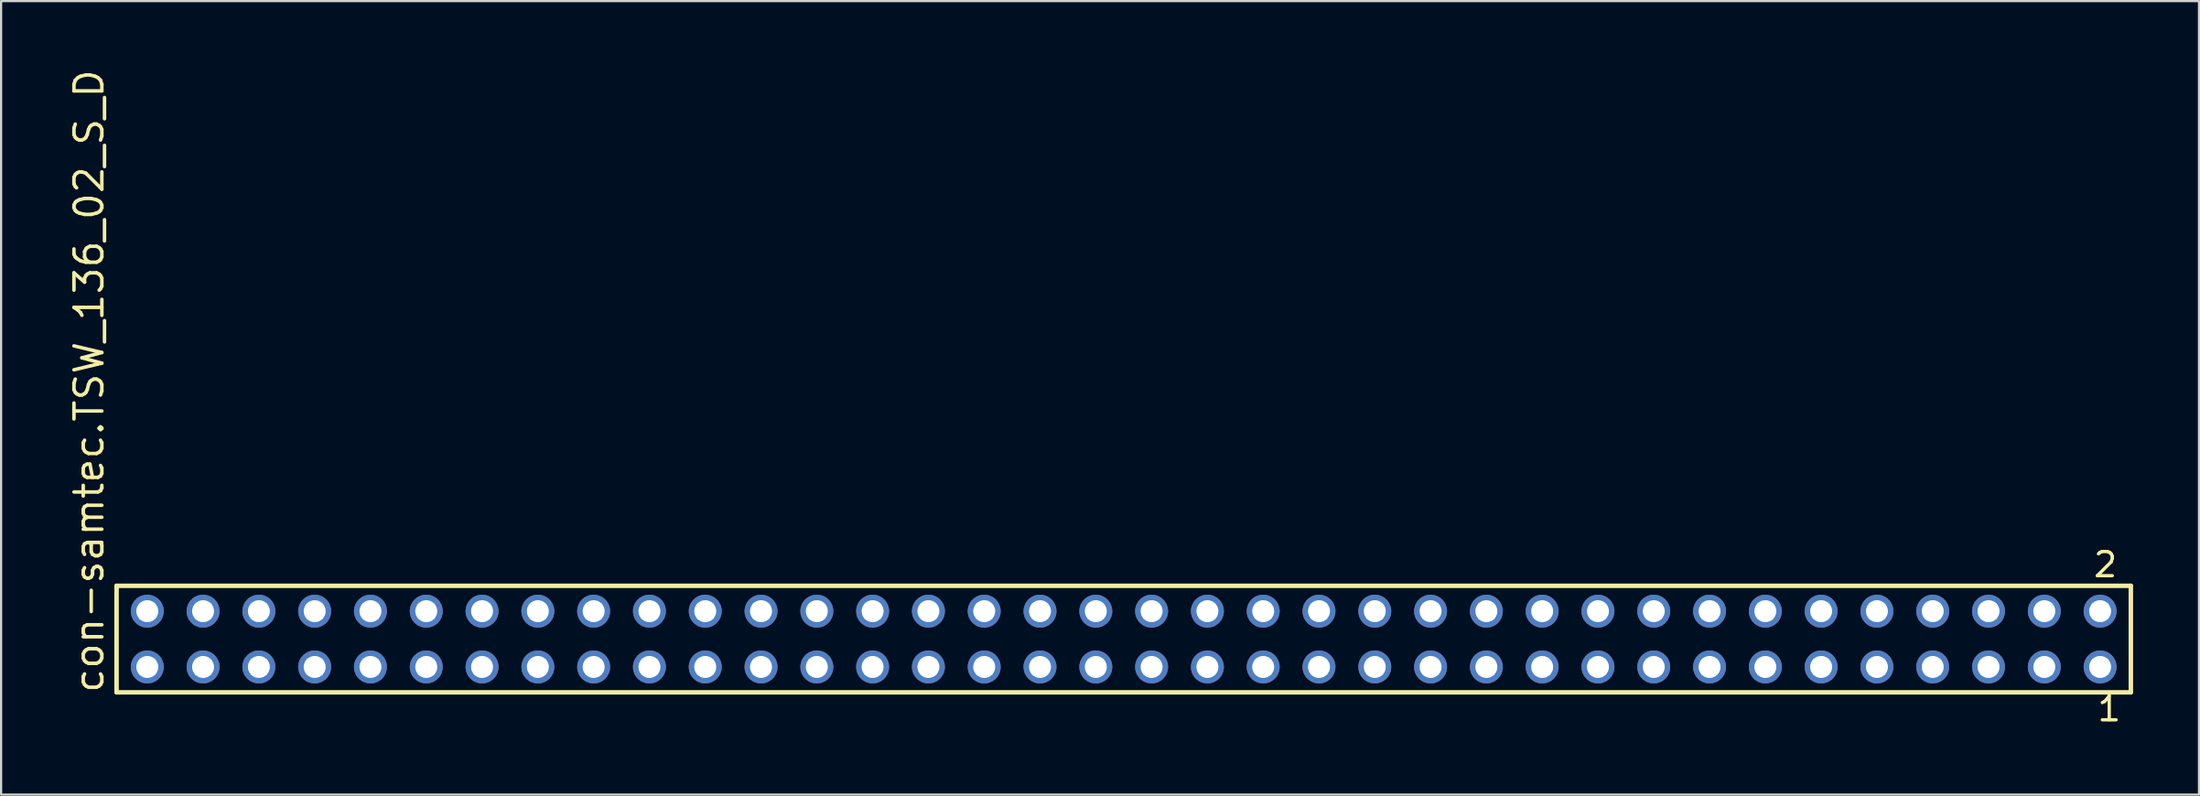
<source format=kicad_pcb>
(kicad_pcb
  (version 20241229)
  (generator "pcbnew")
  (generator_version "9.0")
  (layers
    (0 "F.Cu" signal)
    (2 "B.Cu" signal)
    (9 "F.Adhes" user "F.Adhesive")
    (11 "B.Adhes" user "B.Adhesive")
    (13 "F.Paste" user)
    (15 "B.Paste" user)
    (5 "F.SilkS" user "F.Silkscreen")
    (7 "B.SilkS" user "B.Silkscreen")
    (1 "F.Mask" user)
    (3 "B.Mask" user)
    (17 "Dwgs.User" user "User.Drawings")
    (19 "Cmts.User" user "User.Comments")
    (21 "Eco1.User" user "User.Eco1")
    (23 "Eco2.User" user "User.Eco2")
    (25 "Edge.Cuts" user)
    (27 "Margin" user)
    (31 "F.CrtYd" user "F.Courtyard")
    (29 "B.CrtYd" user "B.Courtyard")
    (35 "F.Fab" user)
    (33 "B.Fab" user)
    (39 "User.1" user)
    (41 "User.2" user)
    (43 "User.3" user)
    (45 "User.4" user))
  (footprint "con-samtec.TSW_136_02_S_D"
    (layer "F.Cu")
    (at 48.105 26.049)
    (property "Reference" "con-samtec.TSW_136_02_S_D" (at -46.355 2.54 90) (layer "F.SilkS") (effects (font (size 1.27 1.27) (thickness 0.16)) (justify left bottom)))
    (attr through_hole)
    (fp_line (start -45.849 -2.425) (end 45.849 -2.425) (stroke (width 0.203) (type default)) (layer "F.SilkS"))
    (fp_line (start -45.849 2.425) (end -45.849 -2.425) (stroke (width 0.203) (type default)) (layer "F.SilkS"))
    (fp_line (start 45.849 -2.425) (end 45.849 2.425) (stroke (width 0.203) (type default)) (layer "F.SilkS"))
    (fp_line (start 45.849 2.425) (end -45.849 2.425) (stroke (width 0.203) (type default)) (layer "F.SilkS"))
    (fp_rect (start -44.8 -0.92) (end -44.1 -1.62) (stroke (width 0.05) (type default)) (fill no) (layer "F.Fab"))
    (fp_rect (start -44.8 1.62) (end -44.1 0.92) (stroke (width 0.05) (type default)) (fill no) (layer "F.Fab"))
    (fp_rect (start -42.26 -0.92) (end -41.56 -1.62) (stroke (width 0.05) (type default)) (fill no) (layer "F.Fab"))
    (fp_rect (start -42.26 1.62) (end -41.56 0.92) (stroke (width 0.05) (type default)) (fill no) (layer "F.Fab"))
    (fp_rect (start -39.72 -0.92) (end -39.02 -1.62) (stroke (width 0.05) (type default)) (fill no) (layer "F.Fab"))
    (fp_rect (start -39.72 1.62) (end -39.02 0.92) (stroke (width 0.05) (type default)) (fill no) (layer "F.Fab"))
    (fp_rect (start -37.18 -0.92) (end -36.48 -1.62) (stroke (width 0.05) (type default)) (fill no) (layer "F.Fab"))
    (fp_rect (start -37.18 1.62) (end -36.48 0.92) (stroke (width 0.05) (type default)) (fill no) (layer "F.Fab"))
    (fp_rect (start -34.64 -0.92) (end -33.94 -1.62) (stroke (width 0.05) (type default)) (fill no) (layer "F.Fab"))
    (fp_rect (start -34.64 1.62) (end -33.94 0.92) (stroke (width 0.05) (type default)) (fill no) (layer "F.Fab"))
    (fp_rect (start -32.1 -0.92) (end -31.4 -1.62) (stroke (width 0.05) (type default)) (fill no) (layer "F.Fab"))
    (fp_rect (start -32.1 1.62) (end -31.4 0.92) (stroke (width 0.05) (type default)) (fill no) (layer "F.Fab"))
    (fp_rect (start -29.56 -0.92) (end -28.86 -1.62) (stroke (width 0.05) (type default)) (fill no) (layer "F.Fab"))
    (fp_rect (start -29.56 1.62) (end -28.86 0.92) (stroke (width 0.05) (type default)) (fill no) (layer "F.Fab"))
    (fp_rect (start -27.02 -0.92) (end -26.32 -1.62) (stroke (width 0.05) (type default)) (fill no) (layer "F.Fab"))
    (fp_rect (start -27.02 1.62) (end -26.32 0.92) (stroke (width 0.05) (type default)) (fill no) (layer "F.Fab"))
    (fp_rect (start -24.48 -0.92) (end -23.78 -1.62) (stroke (width 0.05) (type default)) (fill no) (layer "F.Fab"))
    (fp_rect (start -24.48 1.62) (end -23.78 0.92) (stroke (width 0.05) (type default)) (fill no) (layer "F.Fab"))
    (fp_rect (start -21.94 -0.92) (end -21.24 -1.62) (stroke (width 0.05) (type default)) (fill no) (layer "F.Fab"))
    (fp_rect (start -21.94 1.62) (end -21.24 0.92) (stroke (width 0.05) (type default)) (fill no) (layer "F.Fab"))
    (fp_rect (start -19.4 -0.92) (end -18.7 -1.62) (stroke (width 0.05) (type default)) (fill no) (layer "F.Fab"))
    (fp_rect (start -19.4 1.62) (end -18.7 0.92) (stroke (width 0.05) (type default)) (fill no) (layer "F.Fab"))
    (fp_rect (start -16.86 -0.92) (end -16.16 -1.62) (stroke (width 0.05) (type default)) (fill no) (layer "F.Fab"))
    (fp_rect (start -16.86 1.62) (end -16.16 0.92) (stroke (width 0.05) (type default)) (fill no) (layer "F.Fab"))
    (fp_rect (start -14.32 -0.92) (end -13.62 -1.62) (stroke (width 0.05) (type default)) (fill no) (layer "F.Fab"))
    (fp_rect (start -14.32 1.62) (end -13.62 0.92) (stroke (width 0.05) (type default)) (fill no) (layer "F.Fab"))
    (fp_rect (start -11.78 -0.92) (end -11.08 -1.62) (stroke (width 0.05) (type default)) (fill no) (layer "F.Fab"))
    (fp_rect (start -11.78 1.62) (end -11.08 0.92) (stroke (width 0.05) (type default)) (fill no) (layer "F.Fab"))
    (fp_rect (start -9.24 -0.92) (end -8.54 -1.62) (stroke (width 0.05) (type default)) (fill no) (layer "F.Fab"))
    (fp_rect (start -9.24 1.62) (end -8.54 0.92) (stroke (width 0.05) (type default)) (fill no) (layer "F.Fab"))
    (fp_rect (start -6.7 -0.92) (end -6 -1.62) (stroke (width 0.05) (type default)) (fill no) (layer "F.Fab"))
    (fp_rect (start -6.7 1.62) (end -6 0.92) (stroke (width 0.05) (type default)) (fill no) (layer "F.Fab"))
    (fp_rect (start -4.16 -0.92) (end -3.46 -1.62) (stroke (width 0.05) (type default)) (fill no) (layer "F.Fab"))
    (fp_rect (start -4.16 1.62) (end -3.46 0.92) (stroke (width 0.05) (type default)) (fill no) (layer "F.Fab"))
    (fp_rect (start -1.62 -0.92) (end -0.92 -1.62) (stroke (width 0.05) (type default)) (fill no) (layer "F.Fab"))
    (fp_rect (start -1.62 1.62) (end -0.92 0.92) (stroke (width 0.05) (type default)) (fill no) (layer "F.Fab"))
    (fp_rect (start 0.92 -0.92) (end 1.62 -1.62) (stroke (width 0.05) (type default)) (fill no) (layer "F.Fab"))
    (fp_rect (start 0.92 1.62) (end 1.62 0.92) (stroke (width 0.05) (type default)) (fill no) (layer "F.Fab"))
    (fp_rect (start 3.46 -0.92) (end 4.16 -1.62) (stroke (width 0.05) (type default)) (fill no) (layer "F.Fab"))
    (fp_rect (start 3.46 1.62) (end 4.16 0.92) (stroke (width 0.05) (type default)) (fill no) (layer "F.Fab"))
    (fp_rect (start 6 -0.92) (end 6.7 -1.62) (stroke (width 0.05) (type default)) (fill no) (layer "F.Fab"))
    (fp_rect (start 6 1.62) (end 6.7 0.92) (stroke (width 0.05) (type default)) (fill no) (layer "F.Fab"))
    (fp_rect (start 8.54 -0.92) (end 9.24 -1.62) (stroke (width 0.05) (type default)) (fill no) (layer "F.Fab"))
    (fp_rect (start 8.54 1.62) (end 9.24 0.92) (stroke (width 0.05) (type default)) (fill no) (layer "F.Fab"))
    (fp_rect (start 11.08 -0.92) (end 11.78 -1.62) (stroke (width 0.05) (type default)) (fill no) (layer "F.Fab"))
    (fp_rect (start 11.08 1.62) (end 11.78 0.92) (stroke (width 0.05) (type default)) (fill no) (layer "F.Fab"))
    (fp_rect (start 13.62 -0.92) (end 14.32 -1.62) (stroke (width 0.05) (type default)) (fill no) (layer "F.Fab"))
    (fp_rect (start 13.62 1.62) (end 14.32 0.92) (stroke (width 0.05) (type default)) (fill no) (layer "F.Fab"))
    (fp_rect (start 16.16 -0.92) (end 16.86 -1.62) (stroke (width 0.05) (type default)) (fill no) (layer "F.Fab"))
    (fp_rect (start 16.16 1.62) (end 16.86 0.92) (stroke (width 0.05) (type default)) (fill no) (layer "F.Fab"))
    (fp_rect (start 18.7 -0.92) (end 19.4 -1.62) (stroke (width 0.05) (type default)) (fill no) (layer "F.Fab"))
    (fp_rect (start 18.7 1.62) (end 19.4 0.92) (stroke (width 0.05) (type default)) (fill no) (layer "F.Fab"))
    (fp_rect (start 21.24 -0.92) (end 21.94 -1.62) (stroke (width 0.05) (type default)) (fill no) (layer "F.Fab"))
    (fp_rect (start 21.24 1.62) (end 21.94 0.92) (stroke (width 0.05) (type default)) (fill no) (layer "F.Fab"))
    (fp_rect (start 23.78 -0.92) (end 24.48 -1.62) (stroke (width 0.05) (type default)) (fill no) (layer "F.Fab"))
    (fp_rect (start 23.78 1.62) (end 24.48 0.92) (stroke (width 0.05) (type default)) (fill no) (layer "F.Fab"))
    (fp_rect (start 26.32 -0.92) (end 27.02 -1.62) (stroke (width 0.05) (type default)) (fill no) (layer "F.Fab"))
    (fp_rect (start 26.32 1.62) (end 27.02 0.92) (stroke (width 0.05) (type default)) (fill no) (layer "F.Fab"))
    (fp_rect (start 28.86 -0.92) (end 29.56 -1.62) (stroke (width 0.05) (type default)) (fill no) (layer "F.Fab"))
    (fp_rect (start 28.86 1.62) (end 29.56 0.92) (stroke (width 0.05) (type default)) (fill no) (layer "F.Fab"))
    (fp_rect (start 31.4 -0.92) (end 32.1 -1.62) (stroke (width 0.05) (type default)) (fill no) (layer "F.Fab"))
    (fp_rect (start 31.4 1.62) (end 32.1 0.92) (stroke (width 0.05) (type default)) (fill no) (layer "F.Fab"))
    (fp_rect (start 33.94 -0.92) (end 34.64 -1.62) (stroke (width 0.05) (type default)) (fill no) (layer "F.Fab"))
    (fp_rect (start 33.94 1.62) (end 34.64 0.92) (stroke (width 0.05) (type default)) (fill no) (layer "F.Fab"))
    (fp_rect (start 36.48 -0.92) (end 37.18 -1.62) (stroke (width 0.05) (type default)) (fill no) (layer "F.Fab"))
    (fp_rect (start 36.48 1.62) (end 37.18 0.92) (stroke (width 0.05) (type default)) (fill no) (layer "F.Fab"))
    (fp_rect (start 39.02 -0.92) (end 39.72 -1.62) (stroke (width 0.05) (type default)) (fill no) (layer "F.Fab"))
    (fp_rect (start 39.02 1.62) (end 39.72 0.92) (stroke (width 0.05) (type default)) (fill no) (layer "F.Fab"))
    (fp_rect (start 41.56 -0.92) (end 42.26 -1.62) (stroke (width 0.05) (type default)) (fill no) (layer "F.Fab"))
    (fp_rect (start 41.56 1.62) (end 42.26 0.92) (stroke (width 0.05) (type default)) (fill no) (layer "F.Fab"))
    (fp_rect (start 44.1 -0.92) (end 44.8 -1.62) (stroke (width 0.05) (type default)) (fill no) (layer "F.Fab"))
    (fp_rect (start 44.1 1.62) (end 44.8 0.92) (stroke (width 0.05) (type default)) (fill no) (layer "F.Fab"))
    (fp_text user "2" (at 44.067 -2.744 0) (layer "F.SilkS") (effects (font (size 1.1 1.1) (thickness 0.15)) (justify left bottom)))
    (fp_text user "1" (at 44.242 3.818 0) (layer "F.SilkS") (effects (font (size 1.1 1.1) (thickness 0.15)) (justify left bottom)))
    (pad "1" thru_hole circle (at 44.45 1.27 180) (size 1.5 1.5) (drill 1) (layers "*.Cu" "*.Mask"))
    (pad "2" thru_hole circle (at 44.45 -1.27 180) (size 1.5 1.5) (drill 1) (layers "*.Cu" "*.Mask"))
    (pad "3" thru_hole circle (at 41.91 1.27 180) (size 1.5 1.5) (drill 1) (layers "*.Cu" "*.Mask"))
    (pad "4" thru_hole circle (at 41.91 -1.27 180) (size 1.5 1.5) (drill 1) (layers "*.Cu" "*.Mask"))
    (pad "5" thru_hole circle (at 39.37 1.27 180) (size 1.5 1.5) (drill 1) (layers "*.Cu" "*.Mask"))
    (pad "6" thru_hole circle (at 39.37 -1.27 180) (size 1.5 1.5) (drill 1) (layers "*.Cu" "*.Mask"))
    (pad "7" thru_hole circle (at 36.83 1.27 180) (size 1.5 1.5) (drill 1) (layers "*.Cu" "*.Mask"))
    (pad "8" thru_hole circle (at 36.83 -1.27 180) (size 1.5 1.5) (drill 1) (layers "*.Cu" "*.Mask"))
    (pad "9" thru_hole circle (at 34.29 1.27 180) (size 1.5 1.5) (drill 1) (layers "*.Cu" "*.Mask"))
    (pad "10" thru_hole circle (at 34.29 -1.27 180) (size 1.5 1.5) (drill 1) (layers "*.Cu" "*.Mask"))
    (pad "11" thru_hole circle (at 31.75 1.27 180) (size 1.5 1.5) (drill 1) (layers "*.Cu" "*.Mask"))
    (pad "12" thru_hole circle (at 31.75 -1.27 180) (size 1.5 1.5) (drill 1) (layers "*.Cu" "*.Mask"))
    (pad "13" thru_hole circle (at 29.21 1.27 180) (size 1.5 1.5) (drill 1) (layers "*.Cu" "*.Mask"))
    (pad "14" thru_hole circle (at 29.21 -1.27 180) (size 1.5 1.5) (drill 1) (layers "*.Cu" "*.Mask"))
    (pad "15" thru_hole circle (at 26.67 1.27 180) (size 1.5 1.5) (drill 1) (layers "*.Cu" "*.Mask"))
    (pad "16" thru_hole circle (at 26.67 -1.27 180) (size 1.5 1.5) (drill 1) (layers "*.Cu" "*.Mask"))
    (pad "17" thru_hole circle (at 24.13 1.27 180) (size 1.5 1.5) (drill 1) (layers "*.Cu" "*.Mask"))
    (pad "18" thru_hole circle (at 24.13 -1.27 180) (size 1.5 1.5) (drill 1) (layers "*.Cu" "*.Mask"))
    (pad "19" thru_hole circle (at 21.59 1.27 180) (size 1.5 1.5) (drill 1) (layers "*.Cu" "*.Mask"))
    (pad "20" thru_hole circle (at 21.59 -1.27 180) (size 1.5 1.5) (drill 1) (layers "*.Cu" "*.Mask"))
    (pad "21" thru_hole circle (at 19.05 1.27 180) (size 1.5 1.5) (drill 1) (layers "*.Cu" "*.Mask"))
    (pad "22" thru_hole circle (at 19.05 -1.27 180) (size 1.5 1.5) (drill 1) (layers "*.Cu" "*.Mask"))
    (pad "23" thru_hole circle (at 16.51 1.27 180) (size 1.5 1.5) (drill 1) (layers "*.Cu" "*.Mask"))
    (pad "24" thru_hole circle (at 16.51 -1.27 180) (size 1.5 1.5) (drill 1) (layers "*.Cu" "*.Mask"))
    (pad "25" thru_hole circle (at 13.97 1.27 180) (size 1.5 1.5) (drill 1) (layers "*.Cu" "*.Mask"))
    (pad "26" thru_hole circle (at 13.97 -1.27 180) (size 1.5 1.5) (drill 1) (layers "*.Cu" "*.Mask"))
    (pad "27" thru_hole circle (at 11.43 1.27 180) (size 1.5 1.5) (drill 1) (layers "*.Cu" "*.Mask"))
    (pad "28" thru_hole circle (at 11.43 -1.27 180) (size 1.5 1.5) (drill 1) (layers "*.Cu" "*.Mask"))
    (pad "29" thru_hole circle (at 8.89 1.27 180) (size 1.5 1.5) (drill 1) (layers "*.Cu" "*.Mask"))
    (pad "30" thru_hole circle (at 8.89 -1.27 180) (size 1.5 1.5) (drill 1) (layers "*.Cu" "*.Mask"))
    (pad "31" thru_hole circle (at 6.35 1.27 180) (size 1.5 1.5) (drill 1) (layers "*.Cu" "*.Mask"))
    (pad "32" thru_hole circle (at 6.35 -1.27 180) (size 1.5 1.5) (drill 1) (layers "*.Cu" "*.Mask"))
    (pad "33" thru_hole circle (at 3.81 1.27 180) (size 1.5 1.5) (drill 1) (layers "*.Cu" "*.Mask"))
    (pad "34" thru_hole circle (at 3.81 -1.27 180) (size 1.5 1.5) (drill 1) (layers "*.Cu" "*.Mask"))
    (pad "35" thru_hole circle (at 1.27 1.27 180) (size 1.5 1.5) (drill 1) (layers "*.Cu" "*.Mask"))
    (pad "36" thru_hole circle (at 1.27 -1.27 180) (size 1.5 1.5) (drill 1) (layers "*.Cu" "*.Mask"))
    (pad "37" thru_hole circle (at -1.27 1.27 180) (size 1.5 1.5) (drill 1) (layers "*.Cu" "*.Mask"))
    (pad "38" thru_hole circle (at -1.27 -1.27 180) (size 1.5 1.5) (drill 1) (layers "*.Cu" "*.Mask"))
    (pad "39" thru_hole circle (at -3.81 1.27 180) (size 1.5 1.5) (drill 1) (layers "*.Cu" "*.Mask"))
    (pad "40" thru_hole circle (at -3.81 -1.27 180) (size 1.5 1.5) (drill 1) (layers "*.Cu" "*.Mask"))
    (pad "41" thru_hole circle (at -6.35 1.27 180) (size 1.5 1.5) (drill 1) (layers "*.Cu" "*.Mask"))
    (pad "42" thru_hole circle (at -6.35 -1.27 180) (size 1.5 1.5) (drill 1) (layers "*.Cu" "*.Mask"))
    (pad "43" thru_hole circle (at -8.89 1.27 180) (size 1.5 1.5) (drill 1) (layers "*.Cu" "*.Mask"))
    (pad "44" thru_hole circle (at -8.89 -1.27 180) (size 1.5 1.5) (drill 1) (layers "*.Cu" "*.Mask"))
    (pad "45" thru_hole circle (at -11.43 1.27 180) (size 1.5 1.5) (drill 1) (layers "*.Cu" "*.Mask"))
    (pad "46" thru_hole circle (at -11.43 -1.27 180) (size 1.5 1.5) (drill 1) (layers "*.Cu" "*.Mask"))
    (pad "47" thru_hole circle (at -13.97 1.27 180) (size 1.5 1.5) (drill 1) (layers "*.Cu" "*.Mask"))
    (pad "48" thru_hole circle (at -13.97 -1.27 180) (size 1.5 1.5) (drill 1) (layers "*.Cu" "*.Mask"))
    (pad "49" thru_hole circle (at -16.51 1.27 180) (size 1.5 1.5) (drill 1) (layers "*.Cu" "*.Mask"))
    (pad "50" thru_hole circle (at -16.51 -1.27 180) (size 1.5 1.5) (drill 1) (layers "*.Cu" "*.Mask"))
    (pad "51" thru_hole circle (at -19.05 1.27 180) (size 1.5 1.5) (drill 1) (layers "*.Cu" "*.Mask"))
    (pad "52" thru_hole circle (at -19.05 -1.27 180) (size 1.5 1.5) (drill 1) (layers "*.Cu" "*.Mask"))
    (pad "53" thru_hole circle (at -21.59 1.27 180) (size 1.5 1.5) (drill 1) (layers "*.Cu" "*.Mask"))
    (pad "54" thru_hole circle (at -21.59 -1.27 180) (size 1.5 1.5) (drill 1) (layers "*.Cu" "*.Mask"))
    (pad "55" thru_hole circle (at -24.13 1.27 180) (size 1.5 1.5) (drill 1) (layers "*.Cu" "*.Mask"))
    (pad "56" thru_hole circle (at -24.13 -1.27 180) (size 1.5 1.5) (drill 1) (layers "*.Cu" "*.Mask"))
    (pad "57" thru_hole circle (at -26.67 1.27 180) (size 1.5 1.5) (drill 1) (layers "*.Cu" "*.Mask"))
    (pad "58" thru_hole circle (at -26.67 -1.27 180) (size 1.5 1.5) (drill 1) (layers "*.Cu" "*.Mask"))
    (pad "59" thru_hole circle (at -29.21 1.27 180) (size 1.5 1.5) (drill 1) (layers "*.Cu" "*.Mask"))
    (pad "60" thru_hole circle (at -29.21 -1.27 180) (size 1.5 1.5) (drill 1) (layers "*.Cu" "*.Mask"))
    (pad "61" thru_hole circle (at -31.75 1.27 180) (size 1.5 1.5) (drill 1) (layers "*.Cu" "*.Mask"))
    (pad "62" thru_hole circle (at -31.75 -1.27 180) (size 1.5 1.5) (drill 1) (layers "*.Cu" "*.Mask"))
    (pad "63" thru_hole circle (at -34.29 1.27 180) (size 1.5 1.5) (drill 1) (layers "*.Cu" "*.Mask"))
    (pad "64" thru_hole circle (at -34.29 -1.27 180) (size 1.5 1.5) (drill 1) (layers "*.Cu" "*.Mask"))
    (pad "65" thru_hole circle (at -36.83 1.27 180) (size 1.5 1.5) (drill 1) (layers "*.Cu" "*.Mask"))
    (pad "66" thru_hole circle (at -36.83 -1.27 180) (size 1.5 1.5) (drill 1) (layers "*.Cu" "*.Mask"))
    (pad "67" thru_hole circle (at -39.37 1.27 180) (size 1.5 1.5) (drill 1) (layers "*.Cu" "*.Mask"))
    (pad "68" thru_hole circle (at -39.37 -1.27 180) (size 1.5 1.5) (drill 1) (layers "*.Cu" "*.Mask"))
    (pad "69" thru_hole circle (at -41.91 1.27 180) (size 1.5 1.5) (drill 1) (layers "*.Cu" "*.Mask"))
    (pad "70" thru_hole circle (at -41.91 -1.27 180) (size 1.5 1.5) (drill 1) (layers "*.Cu" "*.Mask"))
    (pad "71" thru_hole circle (at -44.45 1.27 180) (size 1.5 1.5) (drill 1) (layers "*.Cu" "*.Mask"))
    (pad "72" thru_hole circle (at -44.45 -1.27 180) (size 1.5 1.5) (drill 1) (layers "*.Cu" "*.Mask")))
  (gr_rect
    (start -3 -3)
    (end 97.056 33.131)
    (stroke (width 0.1) (type default))
    (fill no)
    (layer "Edge.Cuts")))
</source>
